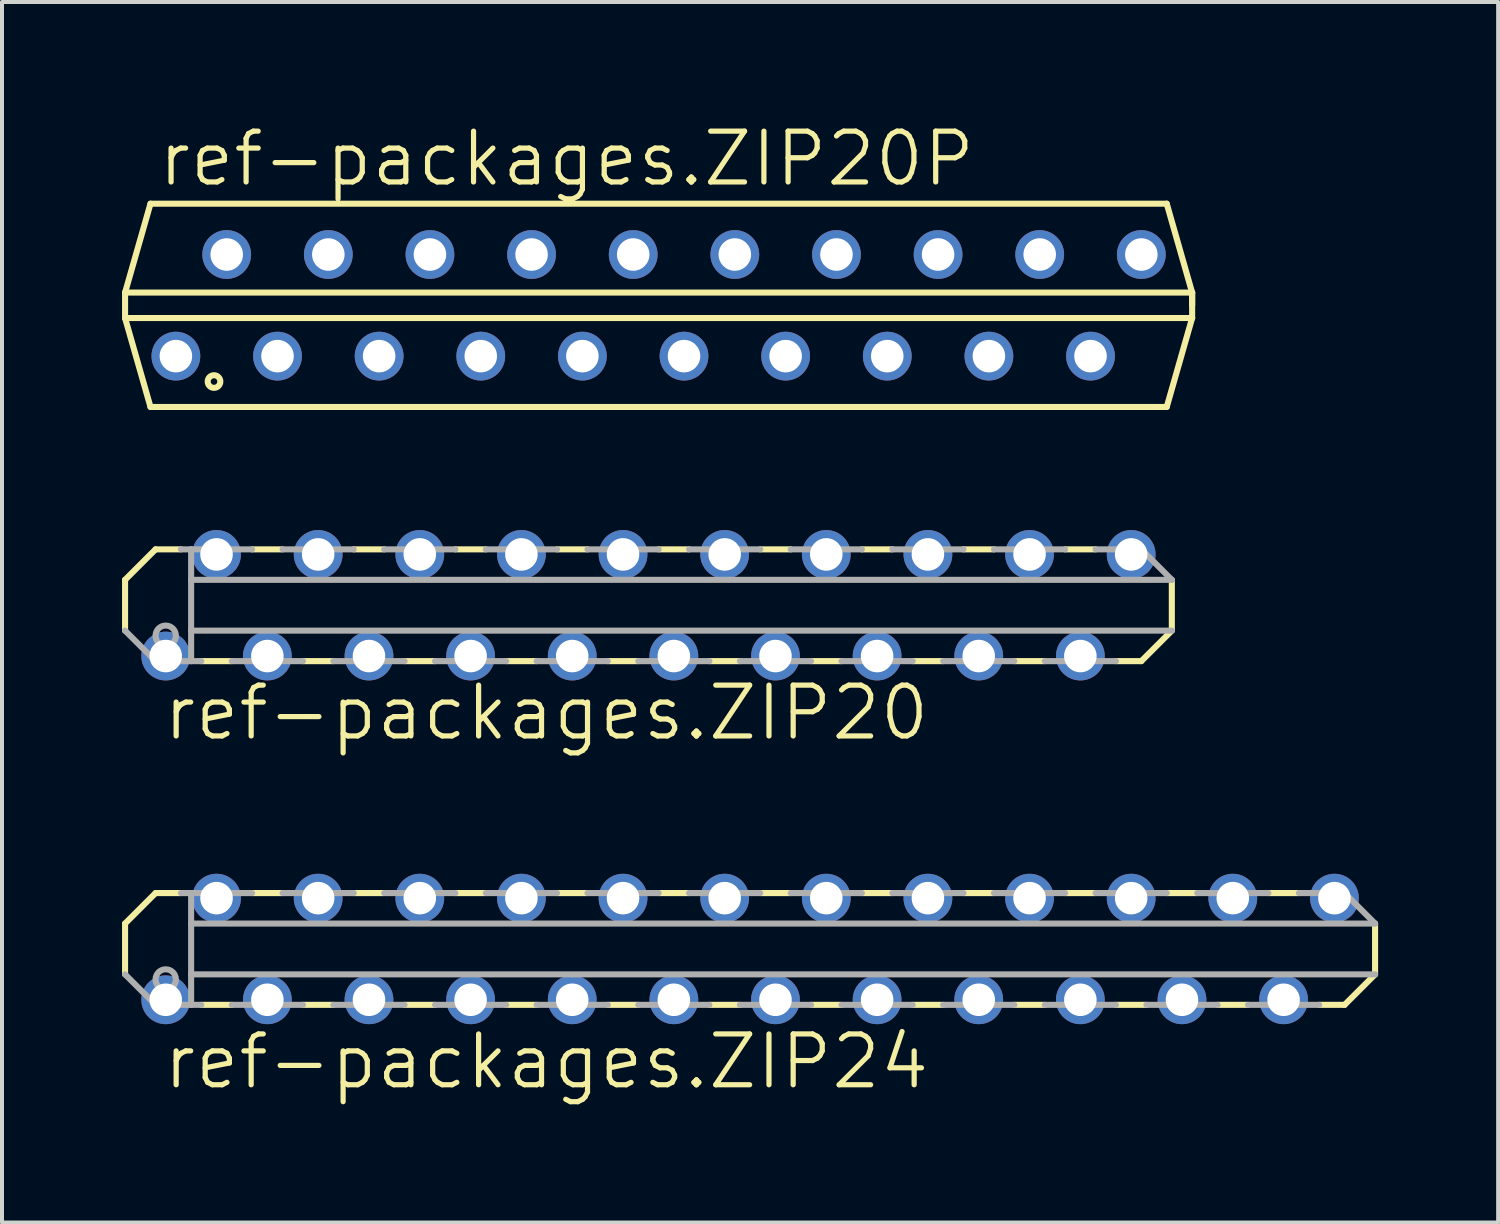
<source format=kicad_pcb>
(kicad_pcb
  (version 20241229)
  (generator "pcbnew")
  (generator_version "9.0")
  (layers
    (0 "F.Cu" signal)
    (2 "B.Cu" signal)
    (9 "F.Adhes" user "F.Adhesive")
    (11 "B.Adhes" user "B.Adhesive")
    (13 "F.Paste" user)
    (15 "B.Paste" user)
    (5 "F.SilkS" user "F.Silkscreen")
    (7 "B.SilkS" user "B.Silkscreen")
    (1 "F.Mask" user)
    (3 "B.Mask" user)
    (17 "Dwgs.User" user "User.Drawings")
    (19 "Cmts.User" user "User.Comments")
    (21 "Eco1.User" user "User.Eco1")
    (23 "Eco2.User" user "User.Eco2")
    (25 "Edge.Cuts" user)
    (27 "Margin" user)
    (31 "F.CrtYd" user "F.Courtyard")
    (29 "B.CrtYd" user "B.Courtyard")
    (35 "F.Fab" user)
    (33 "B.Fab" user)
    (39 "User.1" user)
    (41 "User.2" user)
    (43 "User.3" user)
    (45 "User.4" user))
  (footprint "ref-packages.ZIP20P"
    (layer "F.Cu")
    (at 11.506 4.581)
    (property "Reference" "ref-packages.ZIP20P" (at -10.668 -2.921 0) (layer "F.SilkS") (effects (font (size 1.27 1.27) (thickness 0.13)) (justify left bottom)))
    (attr through_hole)
    (fp_line (start -11.43 -0.318) (end -11.43 0.318) (stroke (width 0.152) (type default)) (layer "F.SilkS"))
    (fp_line (start -11.43 -0.318) (end 15.24 -0.318) (stroke (width 0.152) (type default)) (layer "F.SilkS"))
    (fp_line (start -11.43 0.318) (end 15.24 0.318) (stroke (width 0.152) (type default)) (layer "F.SilkS"))
    (fp_line (start -10.795 -2.54) (end -11.43 -0.318) (stroke (width 0.152) (type default)) (layer "F.SilkS"))
    (fp_line (start -10.795 -2.54) (end 14.605 -2.54) (stroke (width 0.152) (type default)) (layer "F.SilkS"))
    (fp_line (start -10.795 2.54) (end -11.43 0.318) (stroke (width 0.152) (type default)) (layer "F.SilkS"))
    (fp_line (start -10.795 2.54) (end 14.605 2.54) (stroke (width 0.152) (type default)) (layer "F.SilkS"))
    (fp_line (start 14.605 -2.54) (end 15.24 -0.318) (stroke (width 0.152) (type default)) (layer "F.SilkS"))
    (fp_line (start 15.24 -0.318) (end 15.24 0) (stroke (width 0.152) (type default)) (layer "F.SilkS"))
    (fp_line (start 15.24 -0.318) (end 15.24 0.318) (stroke (width 0.152) (type default)) (layer "F.SilkS"))
    (fp_line (start 15.24 0.318) (end 14.605 2.54) (stroke (width 0.152) (type default)) (layer "F.SilkS"))
    (fp_circle (center -9.207 1.905) (end -9.049 1.905) (stroke (width 0.152) (type default)) (fill no) (layer "F.SilkS"))
    (pad "1" thru_hole circle (at -10.16 1.27) (size 1.219 1.219) (drill 0.813) (layers "*.Cu" "*.Mask"))
    (pad "2" thru_hole circle (at -8.89 -1.27) (size 1.219 1.219) (drill 0.813) (layers "*.Cu" "*.Mask"))
    (pad "3" thru_hole circle (at -7.62 1.27) (size 1.219 1.219) (drill 0.813) (layers "*.Cu" "*.Mask"))
    (pad "4" thru_hole circle (at -6.35 -1.27) (size 1.219 1.219) (drill 0.813) (layers "*.Cu" "*.Mask"))
    (pad "5" thru_hole circle (at -5.08 1.27) (size 1.219 1.219) (drill 0.813) (layers "*.Cu" "*.Mask"))
    (pad "6" thru_hole circle (at -3.81 -1.27) (size 1.219 1.219) (drill 0.813) (layers "*.Cu" "*.Mask"))
    (pad "7" thru_hole circle (at -2.54 1.27) (size 1.219 1.219) (drill 0.813) (layers "*.Cu" "*.Mask"))
    (pad "8" thru_hole circle (at -1.27 -1.27) (size 1.219 1.219) (drill 0.813) (layers "*.Cu" "*.Mask"))
    (pad "9" thru_hole circle (at 0 1.27) (size 1.219 1.219) (drill 0.813) (layers "*.Cu" "*.Mask"))
    (pad "10" thru_hole circle (at 1.27 -1.27) (size 1.219 1.219) (drill 0.813) (layers "*.Cu" "*.Mask"))
    (pad "11" thru_hole circle (at 2.54 1.27) (size 1.219 1.219) (drill 0.813) (layers "*.Cu" "*.Mask"))
    (pad "12" thru_hole circle (at 3.81 -1.27) (size 1.219 1.219) (drill 0.813) (layers "*.Cu" "*.Mask"))
    (pad "13" thru_hole circle (at 5.08 1.27) (size 1.219 1.219) (drill 0.813) (layers "*.Cu" "*.Mask"))
    (pad "14" thru_hole circle (at 6.35 -1.27) (size 1.219 1.219) (drill 0.813) (layers "*.Cu" "*.Mask"))
    (pad "15" thru_hole circle (at 7.62 1.27) (size 1.219 1.219) (drill 0.813) (layers "*.Cu" "*.Mask"))
    (pad "16" thru_hole circle (at 8.89 -1.27) (size 1.219 1.219) (drill 0.813) (layers "*.Cu" "*.Mask"))
    (pad "17" thru_hole circle (at 10.16 1.27) (size 1.219 1.219) (drill 0.813) (layers "*.Cu" "*.Mask"))
    (pad "18" thru_hole circle (at 11.43 -1.27) (size 1.219 1.219) (drill 0.813) (layers "*.Cu" "*.Mask"))
    (pad "19" thru_hole circle (at 12.7 1.27) (size 1.219 1.219) (drill 0.813) (layers "*.Cu" "*.Mask"))
    (pad "20" thru_hole circle (at 13.97 -1.27) (size 1.219 1.219) (drill 0.813) (layers "*.Cu" "*.Mask")))
  (footprint "ref-packages.ZIP24"
    (layer "F.Cu")
    (at 15.697 20.668)
    (property "Reference" "ref-packages.ZIP24" (at -14.732 3.556 0) (layer "F.SilkS") (effects (font (size 1.27 1.27) (thickness 0.13)) (justify left bottom)))
    (attr through_hole)
    (fp_line (start -15.621 -0.635) (end -15.621 0.635) (stroke (width 0.152) (type default)) (layer "F.SilkS"))
    (fp_line (start -14.859 -1.397) (end -15.621 -0.635) (stroke (width 0.152) (type default)) (layer "F.SilkS"))
    (fp_line (start -14.224 -1.397) (end -14.859 -1.397) (stroke (width 0.152) (type default)) (layer "F.SilkS"))
    (fp_line (start -12.954 1.397) (end -13.716 1.397) (stroke (width 0.152) (type default)) (layer "F.SilkS"))
    (fp_line (start -11.684 -1.397) (end -12.446 -1.397) (stroke (width 0.152) (type default)) (layer "F.SilkS"))
    (fp_line (start -10.414 1.397) (end -11.176 1.397) (stroke (width 0.152) (type default)) (layer "F.SilkS"))
    (fp_line (start -9.144 -1.397) (end -9.906 -1.397) (stroke (width 0.152) (type default)) (layer "F.SilkS"))
    (fp_line (start -7.874 1.397) (end -8.636 1.397) (stroke (width 0.152) (type default)) (layer "F.SilkS"))
    (fp_line (start -6.604 -1.397) (end -7.366 -1.397) (stroke (width 0.152) (type default)) (layer "F.SilkS"))
    (fp_line (start -5.334 1.397) (end -6.096 1.397) (stroke (width 0.152) (type default)) (layer "F.SilkS"))
    (fp_line (start -4.064 -1.397) (end -4.826 -1.397) (stroke (width 0.152) (type default)) (layer "F.SilkS"))
    (fp_line (start -2.794 1.397) (end -3.556 1.397) (stroke (width 0.152) (type default)) (layer "F.SilkS"))
    (fp_line (start -1.524 -1.397) (end -2.286 -1.397) (stroke (width 0.152) (type default)) (layer "F.SilkS"))
    (fp_line (start -0.254 1.397) (end -1.016 1.397) (stroke (width 0.152) (type default)) (layer "F.SilkS"))
    (fp_line (start 1.016 -1.397) (end 0.254 -1.397) (stroke (width 0.152) (type default)) (layer "F.SilkS"))
    (fp_line (start 2.286 1.397) (end 1.524 1.397) (stroke (width 0.152) (type default)) (layer "F.SilkS"))
    (fp_line (start 3.556 -1.397) (end 2.794 -1.397) (stroke (width 0.152) (type default)) (layer "F.SilkS"))
    (fp_line (start 4.826 1.397) (end 4.064 1.397) (stroke (width 0.152) (type default)) (layer "F.SilkS"))
    (fp_line (start 6.096 -1.397) (end 5.334 -1.397) (stroke (width 0.152) (type default)) (layer "F.SilkS"))
    (fp_line (start 7.366 1.397) (end 6.604 1.397) (stroke (width 0.152) (type default)) (layer "F.SilkS"))
    (fp_line (start 8.636 -1.397) (end 7.874 -1.397) (stroke (width 0.152) (type default)) (layer "F.SilkS"))
    (fp_line (start 9.906 1.397) (end 9.144 1.397) (stroke (width 0.152) (type default)) (layer "F.SilkS"))
    (fp_line (start 11.176 -1.397) (end 10.414 -1.397) (stroke (width 0.152) (type default)) (layer "F.SilkS"))
    (fp_line (start 12.446 1.397) (end 11.684 1.397) (stroke (width 0.152) (type default)) (layer "F.SilkS"))
    (fp_line (start 13.716 -1.397) (end 12.954 -1.397) (stroke (width 0.152) (type default)) (layer "F.SilkS"))
    (fp_line (start 14.859 1.397) (end 14.224 1.397) (stroke (width 0.152) (type default)) (layer "F.SilkS"))
    (fp_line (start 14.859 1.397) (end 15.621 0.635) (stroke (width 0.152) (type default)) (layer "F.SilkS"))
    (fp_line (start 15.621 0.635) (end 15.621 -0.635) (stroke (width 0.152) (type default)) (layer "F.SilkS"))
    (fp_line (start -15.621 0.635) (end -14.859 1.397) (stroke (width 0.152) (type default)) (layer "F.Fab"))
    (fp_line (start -13.97 -1.397) (end -14.224 -1.397) (stroke (width 0.152) (type default)) (layer "F.Fab"))
    (fp_line (start -13.97 -0.635) (end -13.97 -1.397) (stroke (width 0.152) (type default)) (layer "F.Fab"))
    (fp_line (start -13.97 0.635) (end -13.97 -0.635) (stroke (width 0.152) (type default)) (layer "F.Fab"))
    (fp_line (start -13.97 1.397) (end -14.859 1.397) (stroke (width 0.152) (type default)) (layer "F.Fab"))
    (fp_line (start -13.97 1.397) (end -13.97 0.635) (stroke (width 0.152) (type default)) (layer "F.Fab"))
    (fp_line (start -13.716 1.397) (end -13.97 1.397) (stroke (width 0.152) (type default)) (layer "F.Fab"))
    (fp_line (start -12.446 -1.397) (end -13.97 -1.397) (stroke (width 0.152) (type default)) (layer "F.Fab"))
    (fp_line (start -11.176 1.397) (end -12.954 1.397) (stroke (width 0.152) (type default)) (layer "F.Fab"))
    (fp_line (start -9.906 -1.397) (end -11.684 -1.397) (stroke (width 0.152) (type default)) (layer "F.Fab"))
    (fp_line (start -8.636 1.397) (end -10.414 1.397) (stroke (width 0.152) (type default)) (layer "F.Fab"))
    (fp_line (start -7.366 -1.397) (end -9.144 -1.397) (stroke (width 0.152) (type default)) (layer "F.Fab"))
    (fp_line (start -6.096 1.397) (end -7.874 1.397) (stroke (width 0.152) (type default)) (layer "F.Fab"))
    (fp_line (start -4.826 -1.397) (end -6.604 -1.397) (stroke (width 0.152) (type default)) (layer "F.Fab"))
    (fp_line (start -3.556 1.397) (end -5.334 1.397) (stroke (width 0.152) (type default)) (layer "F.Fab"))
    (fp_line (start -2.286 -1.397) (end -4.064 -1.397) (stroke (width 0.152) (type default)) (layer "F.Fab"))
    (fp_line (start -1.016 1.397) (end -2.794 1.397) (stroke (width 0.152) (type default)) (layer "F.Fab"))
    (fp_line (start 0.254 -1.397) (end -1.524 -1.397) (stroke (width 0.152) (type default)) (layer "F.Fab"))
    (fp_line (start 1.524 1.397) (end -0.254 1.397) (stroke (width 0.152) (type default)) (layer "F.Fab"))
    (fp_line (start 2.794 -1.397) (end 1.016 -1.397) (stroke (width 0.152) (type default)) (layer "F.Fab"))
    (fp_line (start 4.064 1.397) (end 2.286 1.397) (stroke (width 0.152) (type default)) (layer "F.Fab"))
    (fp_line (start 5.334 -1.397) (end 3.556 -1.397) (stroke (width 0.152) (type default)) (layer "F.Fab"))
    (fp_line (start 6.604 1.397) (end 4.826 1.397) (stroke (width 0.152) (type default)) (layer "F.Fab"))
    (fp_line (start 7.874 -1.397) (end 6.096 -1.397) (stroke (width 0.152) (type default)) (layer "F.Fab"))
    (fp_line (start 9.144 1.397) (end 7.366 1.397) (stroke (width 0.152) (type default)) (layer "F.Fab"))
    (fp_line (start 10.414 -1.397) (end 8.636 -1.397) (stroke (width 0.152) (type default)) (layer "F.Fab"))
    (fp_line (start 11.684 1.397) (end 9.906 1.397) (stroke (width 0.152) (type default)) (layer "F.Fab"))
    (fp_line (start 12.954 -1.397) (end 11.176 -1.397) (stroke (width 0.152) (type default)) (layer "F.Fab"))
    (fp_line (start 14.224 1.397) (end 12.446 1.397) (stroke (width 0.152) (type default)) (layer "F.Fab"))
    (fp_line (start 14.859 -1.397) (end 13.716 -1.397) (stroke (width 0.152) (type default)) (layer "F.Fab"))
    (fp_line (start 15.621 -0.635) (end -13.97 -0.635) (stroke (width 0.152) (type default)) (layer "F.Fab"))
    (fp_line (start 15.621 -0.635) (end 14.859 -1.397) (stroke (width 0.152) (type default)) (layer "F.Fab"))
    (fp_line (start 15.621 0.635) (end -13.97 0.635) (stroke (width 0.152) (type default)) (layer "F.Fab"))
    (fp_circle (center -14.605 0.762) (end -14.351 0.762) (stroke (width 0.152) (type default)) (fill no) (layer "F.Fab"))
    (pad "1" thru_hole circle (at -14.605 1.27) (size 1.219 1.219) (drill 0.813) (layers "*.Cu" "*.Mask"))
    (pad "2" thru_hole circle (at -13.335 -1.27) (size 1.219 1.219) (drill 0.813) (layers "*.Cu" "*.Mask"))
    (pad "3" thru_hole circle (at -12.065 1.27) (size 1.219 1.219) (drill 0.813) (layers "*.Cu" "*.Mask"))
    (pad "4" thru_hole circle (at -10.795 -1.27) (size 1.219 1.219) (drill 0.813) (layers "*.Cu" "*.Mask"))
    (pad "5" thru_hole circle (at -9.525 1.27) (size 1.219 1.219) (drill 0.813) (layers "*.Cu" "*.Mask"))
    (pad "6" thru_hole circle (at -8.255 -1.27) (size 1.219 1.219) (drill 0.813) (layers "*.Cu" "*.Mask"))
    (pad "7" thru_hole circle (at -6.985 1.27) (size 1.219 1.219) (drill 0.813) (layers "*.Cu" "*.Mask"))
    (pad "8" thru_hole circle (at -5.715 -1.27) (size 1.219 1.219) (drill 0.813) (layers "*.Cu" "*.Mask"))
    (pad "9" thru_hole circle (at -4.445 1.27) (size 1.219 1.219) (drill 0.813) (layers "*.Cu" "*.Mask"))
    (pad "10" thru_hole circle (at -3.175 -1.27) (size 1.219 1.219) (drill 0.813) (layers "*.Cu" "*.Mask"))
    (pad "11" thru_hole circle (at -1.905 1.27) (size 1.219 1.219) (drill 0.813) (layers "*.Cu" "*.Mask"))
    (pad "12" thru_hole circle (at -0.635 -1.27) (size 1.219 1.219) (drill 0.813) (layers "*.Cu" "*.Mask"))
    (pad "13" thru_hole circle (at 0.635 1.27) (size 1.219 1.219) (drill 0.813) (layers "*.Cu" "*.Mask"))
    (pad "14" thru_hole circle (at 1.905 -1.27) (size 1.219 1.219) (drill 0.813) (layers "*.Cu" "*.Mask"))
    (pad "15" thru_hole circle (at 3.175 1.27) (size 1.219 1.219) (drill 0.813) (layers "*.Cu" "*.Mask"))
    (pad "16" thru_hole circle (at 4.445 -1.27) (size 1.219 1.219) (drill 0.813) (layers "*.Cu" "*.Mask"))
    (pad "17" thru_hole circle (at 5.715 1.27) (size 1.219 1.219) (drill 0.813) (layers "*.Cu" "*.Mask"))
    (pad "18" thru_hole circle (at 6.985 -1.27) (size 1.219 1.219) (drill 0.813) (layers "*.Cu" "*.Mask"))
    (pad "19" thru_hole circle (at 8.255 1.27) (size 1.219 1.219) (drill 0.813) (layers "*.Cu" "*.Mask"))
    (pad "20" thru_hole circle (at 9.525 -1.27) (size 1.219 1.219) (drill 0.813) (layers "*.Cu" "*.Mask"))
    (pad "21" thru_hole circle (at 10.795 1.27) (size 1.219 1.219) (drill 0.813) (layers "*.Cu" "*.Mask"))
    (pad "22" thru_hole circle (at 12.065 -1.27) (size 1.219 1.219) (drill 0.813) (layers "*.Cu" "*.Mask"))
    (pad "23" thru_hole circle (at 13.335 1.27) (size 1.219 1.219) (drill 0.813) (layers "*.Cu" "*.Mask"))
    (pad "24" thru_hole circle (at 14.605 -1.27) (size 1.219 1.219) (drill 0.813) (layers "*.Cu" "*.Mask")))
  (footprint "ref-packages.ZIP20"
    (layer "F.Cu")
    (at 13.157 12.077)
    (property "Reference" "ref-packages.ZIP20" (at -12.192 3.429 0) (layer "F.SilkS") (effects (font (size 1.27 1.27) (thickness 0.13)) (justify left bottom)))
    (attr through_hole)
    (fp_line (start -13.081 -0.635) (end -13.081 0.635) (stroke (width 0.152) (type default)) (layer "F.SilkS"))
    (fp_line (start -12.319 -1.397) (end -13.081 -0.635) (stroke (width 0.152) (type default)) (layer "F.SilkS"))
    (fp_line (start -11.684 -1.397) (end -12.319 -1.397) (stroke (width 0.152) (type default)) (layer "F.SilkS"))
    (fp_line (start -10.414 1.397) (end -11.176 1.397) (stroke (width 0.152) (type default)) (layer "F.SilkS"))
    (fp_line (start -9.144 -1.397) (end -9.906 -1.397) (stroke (width 0.152) (type default)) (layer "F.SilkS"))
    (fp_line (start -7.874 1.397) (end -8.636 1.397) (stroke (width 0.152) (type default)) (layer "F.SilkS"))
    (fp_line (start -6.604 -1.397) (end -7.366 -1.397) (stroke (width 0.152) (type default)) (layer "F.SilkS"))
    (fp_line (start -5.334 1.397) (end -6.096 1.397) (stroke (width 0.152) (type default)) (layer "F.SilkS"))
    (fp_line (start -4.064 -1.397) (end -4.826 -1.397) (stroke (width 0.152) (type default)) (layer "F.SilkS"))
    (fp_line (start -2.794 1.397) (end -3.556 1.397) (stroke (width 0.152) (type default)) (layer "F.SilkS"))
    (fp_line (start -1.524 -1.397) (end -2.286 -1.397) (stroke (width 0.152) (type default)) (layer "F.SilkS"))
    (fp_line (start -0.254 1.397) (end -1.016 1.397) (stroke (width 0.152) (type default)) (layer "F.SilkS"))
    (fp_line (start 1.016 -1.397) (end 0.254 -1.397) (stroke (width 0.152) (type default)) (layer "F.SilkS"))
    (fp_line (start 2.286 1.397) (end 1.524 1.397) (stroke (width 0.152) (type default)) (layer "F.SilkS"))
    (fp_line (start 3.556 -1.397) (end 2.794 -1.397) (stroke (width 0.152) (type default)) (layer "F.SilkS"))
    (fp_line (start 4.826 1.397) (end 4.064 1.397) (stroke (width 0.152) (type default)) (layer "F.SilkS"))
    (fp_line (start 6.096 -1.397) (end 5.334 -1.397) (stroke (width 0.152) (type default)) (layer "F.SilkS"))
    (fp_line (start 7.366 1.397) (end 6.604 1.397) (stroke (width 0.152) (type default)) (layer "F.SilkS"))
    (fp_line (start 8.636 -1.397) (end 7.874 -1.397) (stroke (width 0.152) (type default)) (layer "F.SilkS"))
    (fp_line (start 9.906 1.397) (end 9.144 1.397) (stroke (width 0.152) (type default)) (layer "F.SilkS"))
    (fp_line (start 11.176 -1.397) (end 10.414 -1.397) (stroke (width 0.152) (type default)) (layer "F.SilkS"))
    (fp_line (start 12.319 1.397) (end 11.684 1.397) (stroke (width 0.152) (type default)) (layer "F.SilkS"))
    (fp_line (start 12.319 1.397) (end 13.081 0.635) (stroke (width 0.152) (type default)) (layer "F.SilkS"))
    (fp_line (start 13.081 0.635) (end 13.081 -0.635) (stroke (width 0.152) (type default)) (layer "F.SilkS"))
    (fp_line (start -13.081 0.635) (end -12.319 1.397) (stroke (width 0.152) (type default)) (layer "F.Fab"))
    (fp_line (start -11.43 -1.397) (end -11.684 -1.397) (stroke (width 0.152) (type default)) (layer "F.Fab"))
    (fp_line (start -11.43 -0.635) (end -11.43 -1.397) (stroke (width 0.152) (type default)) (layer "F.Fab"))
    (fp_line (start -11.43 0.635) (end -11.43 -0.635) (stroke (width 0.152) (type default)) (layer "F.Fab"))
    (fp_line (start -11.43 1.397) (end -12.319 1.397) (stroke (width 0.152) (type default)) (layer "F.Fab"))
    (fp_line (start -11.43 1.397) (end -11.43 0.635) (stroke (width 0.152) (type default)) (layer "F.Fab"))
    (fp_line (start -11.176 1.397) (end -11.43 1.397) (stroke (width 0.152) (type default)) (layer "F.Fab"))
    (fp_line (start -9.906 -1.397) (end -11.43 -1.397) (stroke (width 0.152) (type default)) (layer "F.Fab"))
    (fp_line (start -8.636 1.397) (end -10.414 1.397) (stroke (width 0.152) (type default)) (layer "F.Fab"))
    (fp_line (start -7.366 -1.397) (end -9.144 -1.397) (stroke (width 0.152) (type default)) (layer "F.Fab"))
    (fp_line (start -6.096 1.397) (end -7.874 1.397) (stroke (width 0.152) (type default)) (layer "F.Fab"))
    (fp_line (start -4.826 -1.397) (end -6.604 -1.397) (stroke (width 0.152) (type default)) (layer "F.Fab"))
    (fp_line (start -3.556 1.397) (end -5.334 1.397) (stroke (width 0.152) (type default)) (layer "F.Fab"))
    (fp_line (start -2.286 -1.397) (end -4.064 -1.397) (stroke (width 0.152) (type default)) (layer "F.Fab"))
    (fp_line (start -1.016 1.397) (end -2.794 1.397) (stroke (width 0.152) (type default)) (layer "F.Fab"))
    (fp_line (start 0.254 -1.397) (end -1.524 -1.397) (stroke (width 0.152) (type default)) (layer "F.Fab"))
    (fp_line (start 1.524 1.397) (end -0.254 1.397) (stroke (width 0.152) (type default)) (layer "F.Fab"))
    (fp_line (start 2.794 -1.397) (end 1.016 -1.397) (stroke (width 0.152) (type default)) (layer "F.Fab"))
    (fp_line (start 4.064 1.397) (end 2.286 1.397) (stroke (width 0.152) (type default)) (layer "F.Fab"))
    (fp_line (start 5.334 -1.397) (end 3.556 -1.397) (stroke (width 0.152) (type default)) (layer "F.Fab"))
    (fp_line (start 6.604 1.397) (end 4.826 1.397) (stroke (width 0.152) (type default)) (layer "F.Fab"))
    (fp_line (start 7.874 -1.397) (end 6.096 -1.397) (stroke (width 0.152) (type default)) (layer "F.Fab"))
    (fp_line (start 9.144 1.397) (end 7.366 1.397) (stroke (width 0.152) (type default)) (layer "F.Fab"))
    (fp_line (start 10.414 -1.397) (end 8.636 -1.397) (stroke (width 0.152) (type default)) (layer "F.Fab"))
    (fp_line (start 11.684 1.397) (end 9.906 1.397) (stroke (width 0.152) (type default)) (layer "F.Fab"))
    (fp_line (start 12.319 -1.397) (end 11.176 -1.397) (stroke (width 0.152) (type default)) (layer "F.Fab"))
    (fp_line (start 13.081 -0.635) (end -11.43 -0.635) (stroke (width 0.152) (type default)) (layer "F.Fab"))
    (fp_line (start 13.081 -0.635) (end 12.319 -1.397) (stroke (width 0.152) (type default)) (layer "F.Fab"))
    (fp_line (start 13.081 0.635) (end -11.43 0.635) (stroke (width 0.152) (type default)) (layer "F.Fab"))
    (fp_circle (center -12.065 0.762) (end -11.811 0.762) (stroke (width 0.152) (type default)) (fill no) (layer "F.Fab"))
    (pad "1" thru_hole circle (at -12.065 1.27) (size 1.219 1.219) (drill 0.813) (layers "*.Cu" "*.Mask"))
    (pad "2" thru_hole circle (at -10.795 -1.27) (size 1.219 1.219) (drill 0.813) (layers "*.Cu" "*.Mask"))
    (pad "3" thru_hole circle (at -9.525 1.27) (size 1.219 1.219) (drill 0.813) (layers "*.Cu" "*.Mask"))
    (pad "4" thru_hole circle (at -8.255 -1.27) (size 1.219 1.219) (drill 0.813) (layers "*.Cu" "*.Mask"))
    (pad "5" thru_hole circle (at -6.985 1.27) (size 1.219 1.219) (drill 0.813) (layers "*.Cu" "*.Mask"))
    (pad "6" thru_hole circle (at -5.715 -1.27) (size 1.219 1.219) (drill 0.813) (layers "*.Cu" "*.Mask"))
    (pad "7" thru_hole circle (at -4.445 1.27) (size 1.219 1.219) (drill 0.813) (layers "*.Cu" "*.Mask"))
    (pad "8" thru_hole circle (at -3.175 -1.27) (size 1.219 1.219) (drill 0.813) (layers "*.Cu" "*.Mask"))
    (pad "9" thru_hole circle (at -1.905 1.27) (size 1.219 1.219) (drill 0.813) (layers "*.Cu" "*.Mask"))
    (pad "10" thru_hole circle (at -0.635 -1.27) (size 1.219 1.219) (drill 0.813) (layers "*.Cu" "*.Mask"))
    (pad "11" thru_hole circle (at 0.635 1.27) (size 1.219 1.219) (drill 0.813) (layers "*.Cu" "*.Mask"))
    (pad "12" thru_hole circle (at 1.905 -1.27) (size 1.219 1.219) (drill 0.813) (layers "*.Cu" "*.Mask"))
    (pad "13" thru_hole circle (at 3.175 1.27) (size 1.219 1.219) (drill 0.813) (layers "*.Cu" "*.Mask"))
    (pad "14" thru_hole circle (at 4.445 -1.27) (size 1.219 1.219) (drill 0.813) (layers "*.Cu" "*.Mask"))
    (pad "15" thru_hole circle (at 5.715 1.27) (size 1.219 1.219) (drill 0.813) (layers "*.Cu" "*.Mask"))
    (pad "16" thru_hole circle (at 6.985 -1.27) (size 1.219 1.219) (drill 0.813) (layers "*.Cu" "*.Mask"))
    (pad "17" thru_hole circle (at 8.255 1.27) (size 1.219 1.219) (drill 0.813) (layers "*.Cu" "*.Mask"))
    (pad "18" thru_hole circle (at 9.525 -1.27) (size 1.219 1.219) (drill 0.813) (layers "*.Cu" "*.Mask"))
    (pad "19" thru_hole circle (at 10.795 1.27) (size 1.219 1.219) (drill 0.813) (layers "*.Cu" "*.Mask"))
    (pad "20" thru_hole circle (at 12.065 -1.27) (size 1.219 1.219) (drill 0.813) (layers "*.Cu" "*.Mask")))
  (gr_rect
    (start -3 -3)
    (end 34.394 27.506)
    (stroke (width 0.1) (type default))
    (fill no)
    (layer "Edge.Cuts")))
</source>
